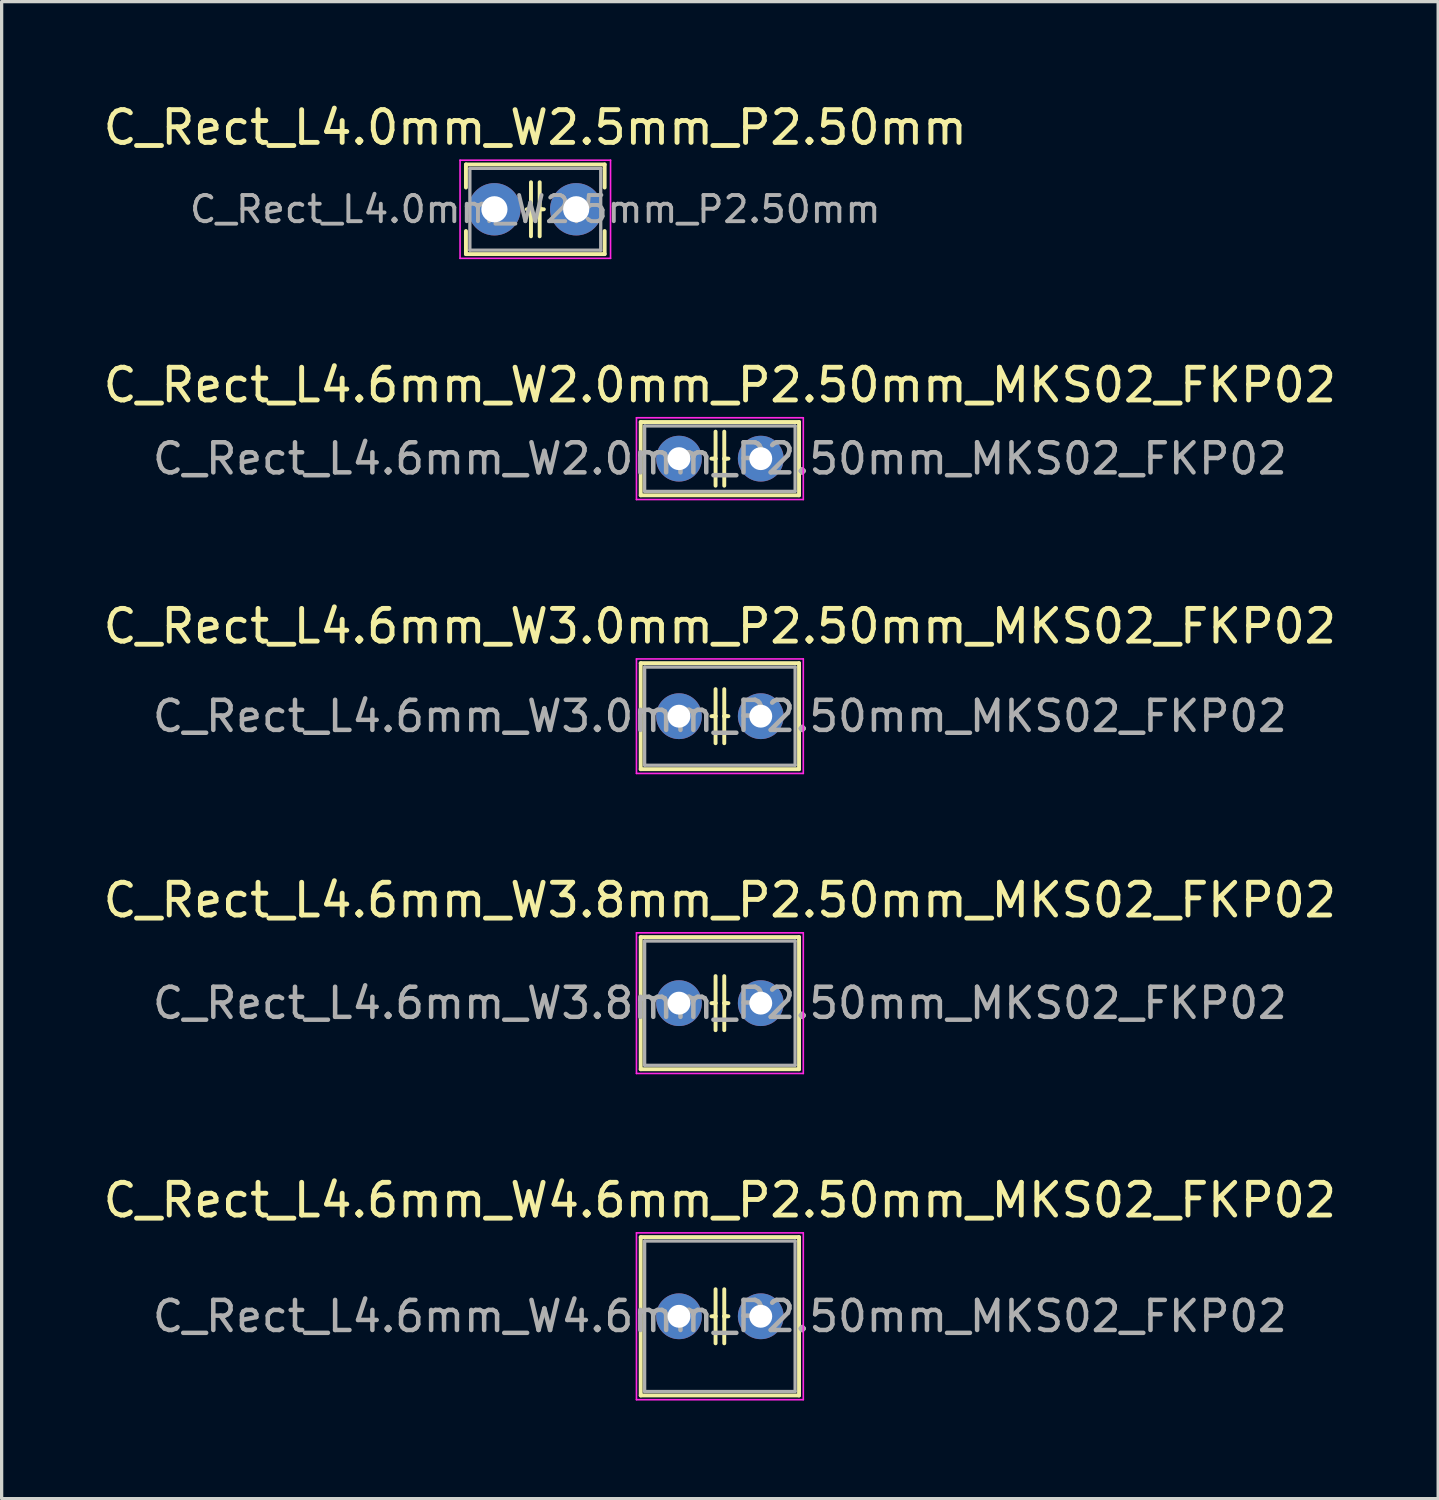
<source format=kicad_pcb>
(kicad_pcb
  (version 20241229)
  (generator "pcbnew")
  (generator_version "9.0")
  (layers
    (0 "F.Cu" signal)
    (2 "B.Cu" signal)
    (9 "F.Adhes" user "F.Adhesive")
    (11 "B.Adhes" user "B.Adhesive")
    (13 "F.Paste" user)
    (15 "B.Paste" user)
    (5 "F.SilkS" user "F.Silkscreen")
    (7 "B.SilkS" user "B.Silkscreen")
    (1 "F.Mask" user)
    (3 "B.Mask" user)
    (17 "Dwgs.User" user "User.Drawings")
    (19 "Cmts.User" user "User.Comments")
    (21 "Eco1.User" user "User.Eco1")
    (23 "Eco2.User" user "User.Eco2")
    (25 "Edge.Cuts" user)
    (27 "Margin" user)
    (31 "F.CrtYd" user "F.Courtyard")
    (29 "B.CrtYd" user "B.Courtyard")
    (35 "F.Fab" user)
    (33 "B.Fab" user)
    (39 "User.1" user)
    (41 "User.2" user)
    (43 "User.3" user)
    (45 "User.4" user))
  (footprint "C_Rect_L4.0mm_W2.5mm_P2.50mm"
    (layer "F.Cu")
    (at 12.065 3.348)
    (property "Reference" "C_Rect_L4.0mm_W2.5mm_P2.50mm" (at 1.25 -2.5 0) (layer "F.SilkS") (effects (font (size 1 1) (thickness 0.15))))
    (attr through_hole)
    (fp_line (start -0.87 -1.37) (end -0.87 -0.665) (stroke (width 0.12) (type solid)) (layer "F.SilkS"))
    (fp_line (start -0.87 -1.37) (end 3.37 -1.37) (stroke (width 0.12) (type solid)) (layer "F.SilkS"))
    (fp_line (start -0.87 0.665) (end -0.87 1.37) (stroke (width 0.12) (type solid)) (layer "F.SilkS"))
    (fp_line (start -0.87 1.37) (end 3.37 1.37) (stroke (width 0.12) (type solid)) (layer "F.SilkS"))
    (fp_line (start 0.991 0) (end 1.054 0) (stroke (width 0.12) (type solid)) (layer "F.SilkS"))
    (fp_line (start 1.054 0) (end 1.118 0) (stroke (width 0.12) (type solid)) (layer "F.SilkS"))
    (fp_line (start 1.118 0) (end 1.118 -0.826) (stroke (width 0.12) (type solid)) (layer "F.SilkS"))
    (fp_line (start 1.118 0.826) (end 1.118 0) (stroke (width 0.12) (type solid)) (layer "F.SilkS"))
    (fp_line (start 1.384 0) (end 1.384 -0.826) (stroke (width 0.12) (type solid)) (layer "F.SilkS"))
    (fp_line (start 1.384 0.826) (end 1.384 0) (stroke (width 0.12) (type solid)) (layer "F.SilkS"))
    (fp_line (start 1.448 0) (end 1.384 0) (stroke (width 0.12) (type solid)) (layer "F.SilkS"))
    (fp_line (start 1.511 0) (end 1.448 0) (stroke (width 0.12) (type solid)) (layer "F.SilkS"))
    (fp_line (start 3.37 -1.37) (end 3.37 -0.665) (stroke (width 0.12) (type solid)) (layer "F.SilkS"))
    (fp_line (start 3.37 0.665) (end 3.37 1.37) (stroke (width 0.12) (type solid)) (layer "F.SilkS"))
    (fp_line (start -1.05 -1.5) (end -1.05 1.5) (stroke (width 0.05) (type solid)) (layer "F.CrtYd"))
    (fp_line (start -1.05 1.5) (end 3.55 1.5) (stroke (width 0.05) (type solid)) (layer "F.CrtYd"))
    (fp_line (start 3.55 -1.5) (end -1.05 -1.5) (stroke (width 0.05) (type solid)) (layer "F.CrtYd"))
    (fp_line (start 3.55 1.5) (end 3.55 -1.5) (stroke (width 0.05) (type solid)) (layer "F.CrtYd"))
    (fp_line (start -0.75 -1.25) (end -0.75 1.25) (stroke (width 0.1) (type solid)) (layer "F.Fab"))
    (fp_line (start -0.75 1.25) (end 3.25 1.25) (stroke (width 0.1) (type solid)) (layer "F.Fab"))
    (fp_line (start 3.25 -1.25) (end -0.75 -1.25) (stroke (width 0.1) (type solid)) (layer "F.Fab"))
    (fp_line (start 3.25 1.25) (end 3.25 -1.25) (stroke (width 0.1) (type solid)) (layer "F.Fab"))
    (fp_text user "${REFERENCE}" (at 1.25 0 0) (layer "F.Fab") (effects (font (size 0.8 0.8) (thickness 0.12))))
    (pad "1" thru_hole circle (at 0 0) (size 1.6 1.6) (drill 0.8) (layers "*.Cu" "*.Mask"))
    (pad "2" thru_hole circle (at 2.5 0) (size 1.6 1.6) (drill 0.8) (layers "*.Cu" "*.Mask")))
  (footprint "C_Rect_L4.6mm_W3.0mm_P2.50mm_MKS02_FKP02"
    (layer "F.Cu")
    (at 17.708 18.845)
    (property "Reference" "C_Rect_L4.6mm_W3.0mm_P2.50mm_MKS02_FKP02" (at 1.25 -2.75 0) (layer "F.SilkS") (effects (font (size 1 1) (thickness 0.15))))
    (attr through_hole)
    (fp_line (start -1.17 -1.62) (end -1.17 1.62) (stroke (width 0.12) (type solid)) (layer "F.SilkS"))
    (fp_line (start -1.17 -1.62) (end 3.67 -1.62) (stroke (width 0.12) (type solid)) (layer "F.SilkS"))
    (fp_line (start -1.17 1.62) (end 3.67 1.62) (stroke (width 0.12) (type solid)) (layer "F.SilkS"))
    (fp_line (start 0.991 0) (end 1.054 0) (stroke (width 0.12) (type solid)) (layer "F.SilkS"))
    (fp_line (start 1.054 0) (end 1.118 0) (stroke (width 0.12) (type solid)) (layer "F.SilkS"))
    (fp_line (start 1.118 0) (end 1.118 -0.826) (stroke (width 0.12) (type solid)) (layer "F.SilkS"))
    (fp_line (start 1.118 0.826) (end 1.118 0) (stroke (width 0.12) (type solid)) (layer "F.SilkS"))
    (fp_line (start 1.384 0) (end 1.384 -0.826) (stroke (width 0.12) (type solid)) (layer "F.SilkS"))
    (fp_line (start 1.384 0.826) (end 1.384 0) (stroke (width 0.12) (type solid)) (layer "F.SilkS"))
    (fp_line (start 1.448 0) (end 1.384 0) (stroke (width 0.12) (type solid)) (layer "F.SilkS"))
    (fp_line (start 1.511 0) (end 1.448 0) (stroke (width 0.12) (type solid)) (layer "F.SilkS"))
    (fp_line (start 3.67 -1.62) (end 3.67 1.62) (stroke (width 0.12) (type solid)) (layer "F.SilkS"))
    (fp_line (start -1.3 -1.75) (end -1.3 1.75) (stroke (width 0.05) (type solid)) (layer "F.CrtYd"))
    (fp_line (start -1.3 1.75) (end 3.8 1.75) (stroke (width 0.05) (type solid)) (layer "F.CrtYd"))
    (fp_line (start 3.8 -1.75) (end -1.3 -1.75) (stroke (width 0.05) (type solid)) (layer "F.CrtYd"))
    (fp_line (start 3.8 1.75) (end 3.8 -1.75) (stroke (width 0.05) (type solid)) (layer "F.CrtYd"))
    (fp_line (start -1.05 -1.5) (end -1.05 1.5) (stroke (width 0.1) (type solid)) (layer "F.Fab"))
    (fp_line (start -1.05 1.5) (end 3.55 1.5) (stroke (width 0.1) (type solid)) (layer "F.Fab"))
    (fp_line (start 3.55 -1.5) (end -1.05 -1.5) (stroke (width 0.1) (type solid)) (layer "F.Fab"))
    (fp_line (start 3.55 1.5) (end 3.55 -1.5) (stroke (width 0.1) (type solid)) (layer "F.Fab"))
    (fp_text user "${REFERENCE}" (at 1.25 0 0) (layer "F.Fab") (effects (font (size 0.92 0.92) (thickness 0.138))))
    (pad "1" thru_hole circle (at 0 0) (size 1.4 1.4) (drill 0.7) (layers "*.Cu" "*.Mask"))
    (pad "2" thru_hole circle (at 2.5 0) (size 1.4 1.4) (drill 0.7) (layers "*.Cu" "*.Mask")))
  (footprint "C_Rect_L4.6mm_W4.6mm_P2.50mm_MKS02_FKP02"
    (layer "F.Cu")
    (at 17.708 37.191)
    (property "Reference" "C_Rect_L4.6mm_W4.6mm_P2.50mm_MKS02_FKP02" (at 1.25 -3.55 0) (layer "F.SilkS") (effects (font (size 1 1) (thickness 0.15))))
    (attr through_hole)
    (fp_line (start -1.17 -2.42) (end -1.17 2.42) (stroke (width 0.12) (type solid)) (layer "F.SilkS"))
    (fp_line (start -1.17 -2.42) (end 3.67 -2.42) (stroke (width 0.12) (type solid)) (layer "F.SilkS"))
    (fp_line (start -1.17 2.42) (end 3.67 2.42) (stroke (width 0.12) (type solid)) (layer "F.SilkS"))
    (fp_line (start 0.991 0) (end 1.054 0) (stroke (width 0.12) (type solid)) (layer "F.SilkS"))
    (fp_line (start 1.054 0) (end 1.118 0) (stroke (width 0.12) (type solid)) (layer "F.SilkS"))
    (fp_line (start 1.118 0) (end 1.118 -0.826) (stroke (width 0.12) (type solid)) (layer "F.SilkS"))
    (fp_line (start 1.118 0.826) (end 1.118 0) (stroke (width 0.12) (type solid)) (layer "F.SilkS"))
    (fp_line (start 1.384 0) (end 1.384 -0.826) (stroke (width 0.12) (type solid)) (layer "F.SilkS"))
    (fp_line (start 1.384 0.826) (end 1.384 0) (stroke (width 0.12) (type solid)) (layer "F.SilkS"))
    (fp_line (start 1.448 0) (end 1.384 0) (stroke (width 0.12) (type solid)) (layer "F.SilkS"))
    (fp_line (start 1.511 0) (end 1.448 0) (stroke (width 0.12) (type solid)) (layer "F.SilkS"))
    (fp_line (start 3.67 -2.42) (end 3.67 2.42) (stroke (width 0.12) (type solid)) (layer "F.SilkS"))
    (fp_line (start -1.3 -2.55) (end -1.3 2.55) (stroke (width 0.05) (type solid)) (layer "F.CrtYd"))
    (fp_line (start -1.3 2.55) (end 3.8 2.55) (stroke (width 0.05) (type solid)) (layer "F.CrtYd"))
    (fp_line (start 3.8 -2.55) (end -1.3 -2.55) (stroke (width 0.05) (type solid)) (layer "F.CrtYd"))
    (fp_line (start 3.8 2.55) (end 3.8 -2.55) (stroke (width 0.05) (type solid)) (layer "F.CrtYd"))
    (fp_line (start -1.05 -2.3) (end -1.05 2.3) (stroke (width 0.1) (type solid)) (layer "F.Fab"))
    (fp_line (start -1.05 2.3) (end 3.55 2.3) (stroke (width 0.1) (type solid)) (layer "F.Fab"))
    (fp_line (start 3.55 -2.3) (end -1.05 -2.3) (stroke (width 0.1) (type solid)) (layer "F.Fab"))
    (fp_line (start 3.55 2.3) (end 3.55 -2.3) (stroke (width 0.1) (type solid)) (layer "F.Fab"))
    (fp_text user "${REFERENCE}" (at 1.25 0 0) (layer "F.Fab") (effects (font (size 0.92 0.92) (thickness 0.138))))
    (pad "1" thru_hole circle (at 0 0) (size 1.4 1.4) (drill 0.7) (layers "*.Cu" "*.Mask"))
    (pad "2" thru_hole circle (at 2.5 0) (size 1.4 1.4) (drill 0.7) (layers "*.Cu" "*.Mask")))
  (footprint "C_Rect_L4.6mm_W3.8mm_P2.50mm_MKS02_FKP02"
    (layer "F.Cu")
    (at 17.708 27.618)
    (property "Reference" "C_Rect_L4.6mm_W3.8mm_P2.50mm_MKS02_FKP02" (at 1.25 -3.15 0) (layer "F.SilkS") (effects (font (size 1 1) (thickness 0.15))))
    (attr through_hole)
    (fp_line (start -1.17 -2.02) (end -1.17 2.02) (stroke (width 0.12) (type solid)) (layer "F.SilkS"))
    (fp_line (start -1.17 -2.02) (end 3.67 -2.02) (stroke (width 0.12) (type solid)) (layer "F.SilkS"))
    (fp_line (start -1.17 2.02) (end 3.67 2.02) (stroke (width 0.12) (type solid)) (layer "F.SilkS"))
    (fp_line (start 0.991 0) (end 1.054 0) (stroke (width 0.12) (type solid)) (layer "F.SilkS"))
    (fp_line (start 1.054 0) (end 1.118 0) (stroke (width 0.12) (type solid)) (layer "F.SilkS"))
    (fp_line (start 1.118 0) (end 1.118 -0.826) (stroke (width 0.12) (type solid)) (layer "F.SilkS"))
    (fp_line (start 1.118 0.826) (end 1.118 0) (stroke (width 0.12) (type solid)) (layer "F.SilkS"))
    (fp_line (start 1.384 0) (end 1.384 -0.826) (stroke (width 0.12) (type solid)) (layer "F.SilkS"))
    (fp_line (start 1.384 0.826) (end 1.384 0) (stroke (width 0.12) (type solid)) (layer "F.SilkS"))
    (fp_line (start 1.448 0) (end 1.384 0) (stroke (width 0.12) (type solid)) (layer "F.SilkS"))
    (fp_line (start 1.511 0) (end 1.448 0) (stroke (width 0.12) (type solid)) (layer "F.SilkS"))
    (fp_line (start 3.67 -2.02) (end 3.67 2.02) (stroke (width 0.12) (type solid)) (layer "F.SilkS"))
    (fp_line (start -1.3 -2.15) (end -1.3 2.15) (stroke (width 0.05) (type solid)) (layer "F.CrtYd"))
    (fp_line (start -1.3 2.15) (end 3.8 2.15) (stroke (width 0.05) (type solid)) (layer "F.CrtYd"))
    (fp_line (start 3.8 -2.15) (end -1.3 -2.15) (stroke (width 0.05) (type solid)) (layer "F.CrtYd"))
    (fp_line (start 3.8 2.15) (end 3.8 -2.15) (stroke (width 0.05) (type solid)) (layer "F.CrtYd"))
    (fp_line (start -1.05 -1.9) (end -1.05 1.9) (stroke (width 0.1) (type solid)) (layer "F.Fab"))
    (fp_line (start -1.05 1.9) (end 3.55 1.9) (stroke (width 0.1) (type solid)) (layer "F.Fab"))
    (fp_line (start 3.55 -1.9) (end -1.05 -1.9) (stroke (width 0.1) (type solid)) (layer "F.Fab"))
    (fp_line (start 3.55 1.9) (end 3.55 -1.9) (stroke (width 0.1) (type solid)) (layer "F.Fab"))
    (fp_text user "${REFERENCE}" (at 1.25 0 0) (layer "F.Fab") (effects (font (size 0.92 0.92) (thickness 0.138))))
    (pad "1" thru_hole circle (at 0 0) (size 1.4 1.4) (drill 0.7) (layers "*.Cu" "*.Mask"))
    (pad "2" thru_hole circle (at 2.5 0) (size 1.4 1.4) (drill 0.7) (layers "*.Cu" "*.Mask")))
  (footprint "C_Rect_L4.6mm_W2.0mm_P2.50mm_MKS02_FKP02"
    (layer "F.Cu")
    (at 17.708 10.972)
    (property "Reference" "C_Rect_L4.6mm_W2.0mm_P2.50mm_MKS02_FKP02" (at 1.25 -2.25 0) (layer "F.SilkS") (effects (font (size 1 1) (thickness 0.15))))
    (attr through_hole)
    (fp_line (start -1.17 -1.12) (end -1.17 1.12) (stroke (width 0.12) (type solid)) (layer "F.SilkS"))
    (fp_line (start -1.17 -1.12) (end 3.67 -1.12) (stroke (width 0.12) (type solid)) (layer "F.SilkS"))
    (fp_line (start -1.17 1.12) (end 3.67 1.12) (stroke (width 0.12) (type solid)) (layer "F.SilkS"))
    (fp_line (start 0.991 0) (end 1.054 0) (stroke (width 0.12) (type solid)) (layer "F.SilkS"))
    (fp_line (start 1.054 0) (end 1.118 0) (stroke (width 0.12) (type solid)) (layer "F.SilkS"))
    (fp_line (start 1.118 0) (end 1.118 -0.826) (stroke (width 0.12) (type solid)) (layer "F.SilkS"))
    (fp_line (start 1.118 0.826) (end 1.118 0) (stroke (width 0.12) (type solid)) (layer "F.SilkS"))
    (fp_line (start 1.384 0) (end 1.384 -0.826) (stroke (width 0.12) (type solid)) (layer "F.SilkS"))
    (fp_line (start 1.384 0.826) (end 1.384 0) (stroke (width 0.12) (type solid)) (layer "F.SilkS"))
    (fp_line (start 1.448 0) (end 1.384 0) (stroke (width 0.12) (type solid)) (layer "F.SilkS"))
    (fp_line (start 1.511 0) (end 1.448 0) (stroke (width 0.12) (type solid)) (layer "F.SilkS"))
    (fp_line (start 3.67 -1.12) (end 3.67 1.12) (stroke (width 0.12) (type solid)) (layer "F.SilkS"))
    (fp_line (start -1.3 -1.25) (end -1.3 1.25) (stroke (width 0.05) (type solid)) (layer "F.CrtYd"))
    (fp_line (start -1.3 1.25) (end 3.8 1.25) (stroke (width 0.05) (type solid)) (layer "F.CrtYd"))
    (fp_line (start 3.8 -1.25) (end -1.3 -1.25) (stroke (width 0.05) (type solid)) (layer "F.CrtYd"))
    (fp_line (start 3.8 1.25) (end 3.8 -1.25) (stroke (width 0.05) (type solid)) (layer "F.CrtYd"))
    (fp_line (start -1.05 -1) (end -1.05 1) (stroke (width 0.1) (type solid)) (layer "F.Fab"))
    (fp_line (start -1.05 1) (end 3.55 1) (stroke (width 0.1) (type solid)) (layer "F.Fab"))
    (fp_line (start 3.55 -1) (end -1.05 -1) (stroke (width 0.1) (type solid)) (layer "F.Fab"))
    (fp_line (start 3.55 1) (end 3.55 -1) (stroke (width 0.1) (type solid)) (layer "F.Fab"))
    (fp_text user "${REFERENCE}" (at 1.25 0 0) (layer "F.Fab") (effects (font (size 0.92 0.92) (thickness 0.138))))
    (pad "1" thru_hole circle (at 0 0) (size 1.4 1.4) (drill 0.7) (layers "*.Cu" "*.Mask"))
    (pad "2" thru_hole circle (at 2.5 0) (size 1.4 1.4) (drill 0.7) (layers "*.Cu" "*.Mask")))
  (gr_rect
    (start -3 -3)
    (end 40.917 42.766)
    (stroke (width 0.1) (type default))
    (fill no)
    (layer "Edge.Cuts")))
</source>
